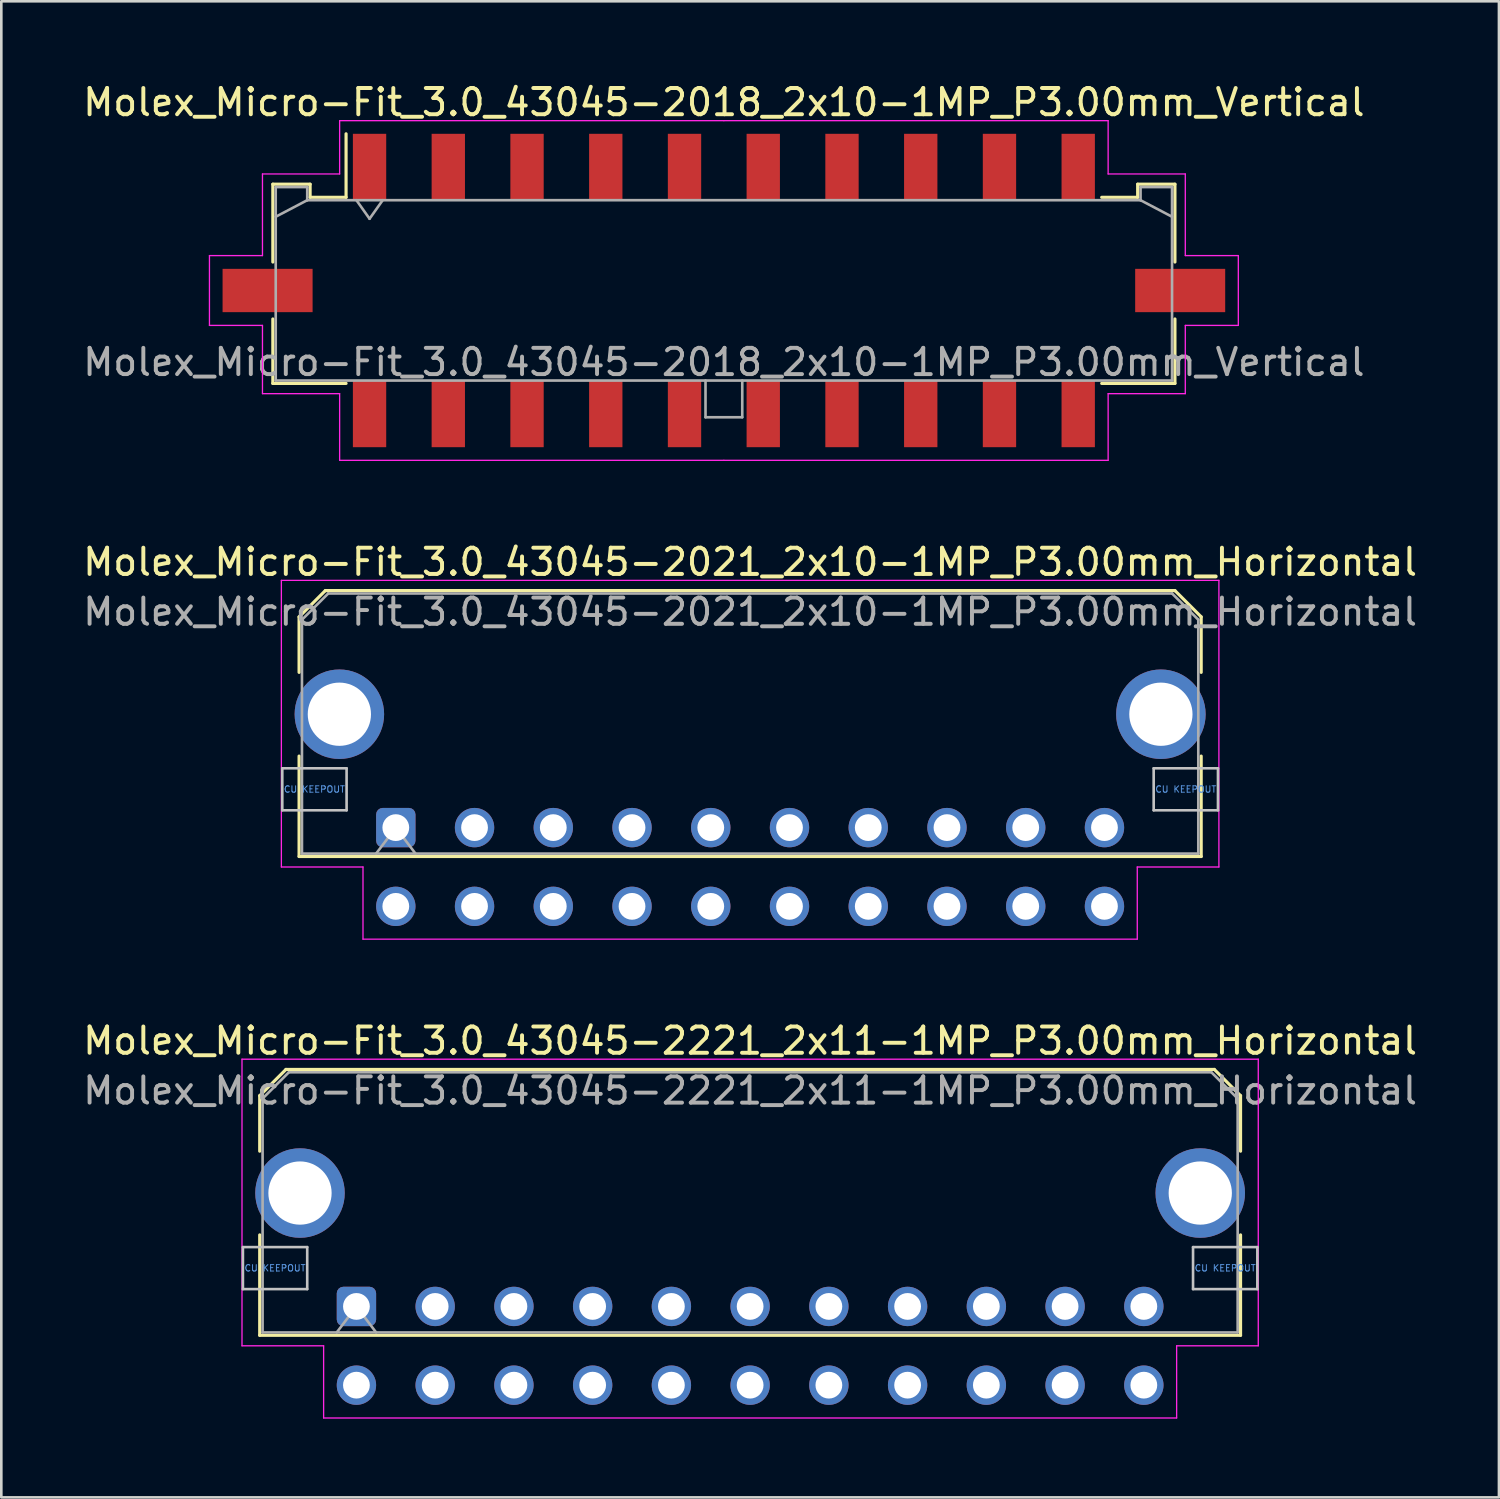
<source format=kicad_pcb>
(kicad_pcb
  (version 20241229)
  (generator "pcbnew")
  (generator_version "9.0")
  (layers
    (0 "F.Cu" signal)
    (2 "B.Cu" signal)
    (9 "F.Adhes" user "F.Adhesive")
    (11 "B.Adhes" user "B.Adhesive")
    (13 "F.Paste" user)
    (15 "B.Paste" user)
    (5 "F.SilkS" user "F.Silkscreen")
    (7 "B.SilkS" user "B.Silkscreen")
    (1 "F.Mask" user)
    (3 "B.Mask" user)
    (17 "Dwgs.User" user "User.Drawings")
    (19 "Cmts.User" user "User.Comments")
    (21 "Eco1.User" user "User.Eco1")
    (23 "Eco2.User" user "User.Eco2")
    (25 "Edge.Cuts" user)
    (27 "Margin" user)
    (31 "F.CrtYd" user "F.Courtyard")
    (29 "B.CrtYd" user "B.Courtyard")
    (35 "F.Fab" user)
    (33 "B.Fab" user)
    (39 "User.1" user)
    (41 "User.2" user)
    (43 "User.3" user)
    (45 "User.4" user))
  (footprint "Molex_Micro-Fit_3.0_43045-2018_2x10-1MP_P3.00mm_Vertical"
    (layer "F.Cu")
    (at 24.53 8.018)
    (property "Reference" "Molex_Micro-Fit_3.0_43045-2018_2x10-1MP_P3.00mm_Vertical" (at 0 -7.17 0) (layer "F.SilkS") (effects (font (size 1 1) (thickness 0.15))))
    (attr smd)
    (fp_line (start -17.185 -4.05) (end -15.765 -4.05) (stroke (width 0.12) (type solid)) (layer "F.SilkS"))
    (fp_line (start -17.185 -1.085) (end -17.185 -4.05) (stroke (width 0.12) (type solid)) (layer "F.SilkS"))
    (fp_line (start -17.185 1.085) (end -17.185 3.54) (stroke (width 0.12) (type solid)) (layer "F.SilkS"))
    (fp_line (start -17.185 3.54) (end -14.395 3.54) (stroke (width 0.12) (type solid)) (layer "F.SilkS"))
    (fp_line (start -15.765 -4.05) (end -15.765 -3.55) (stroke (width 0.12) (type solid)) (layer "F.SilkS"))
    (fp_line (start -15.765 -3.55) (end -14.395 -3.55) (stroke (width 0.12) (type solid)) (layer "F.SilkS"))
    (fp_line (start -14.395 -3.55) (end -14.395 -5.97) (stroke (width 0.12) (type solid)) (layer "F.SilkS"))
    (fp_line (start 15.765 -4.05) (end 15.765 -3.55) (stroke (width 0.12) (type solid)) (layer "F.SilkS"))
    (fp_line (start 15.765 -3.55) (end 14.395 -3.55) (stroke (width 0.12) (type solid)) (layer "F.SilkS"))
    (fp_line (start 17.185 -4.05) (end 15.765 -4.05) (stroke (width 0.12) (type solid)) (layer "F.SilkS"))
    (fp_line (start 17.185 -1.085) (end 17.185 -4.05) (stroke (width 0.12) (type solid)) (layer "F.SilkS"))
    (fp_line (start 17.185 1.085) (end 17.185 3.54) (stroke (width 0.12) (type solid)) (layer "F.SilkS"))
    (fp_line (start 17.185 3.54) (end 14.395 3.54) (stroke (width 0.12) (type solid)) (layer "F.SilkS"))
    (fp_line (start -19.6 -1.33) (end -19.6 1.33) (stroke (width 0.05) (type solid)) (layer "F.CrtYd"))
    (fp_line (start -19.6 1.33) (end -17.58 1.33) (stroke (width 0.05) (type solid)) (layer "F.CrtYd"))
    (fp_line (start -17.58 -4.44) (end -17.58 -1.33) (stroke (width 0.05) (type solid)) (layer "F.CrtYd"))
    (fp_line (start -17.58 -1.33) (end -19.6 -1.33) (stroke (width 0.05) (type solid)) (layer "F.CrtYd"))
    (fp_line (start -17.58 1.33) (end -17.58 3.93) (stroke (width 0.05) (type solid)) (layer "F.CrtYd"))
    (fp_line (start -17.58 3.93) (end -14.64 3.93) (stroke (width 0.05) (type solid)) (layer "F.CrtYd"))
    (fp_line (start -14.64 -6.47) (end -14.64 -4.44) (stroke (width 0.05) (type solid)) (layer "F.CrtYd"))
    (fp_line (start -14.64 -4.44) (end -17.58 -4.44) (stroke (width 0.05) (type solid)) (layer "F.CrtYd"))
    (fp_line (start -14.64 3.93) (end -14.64 6.47) (stroke (width 0.05) (type solid)) (layer "F.CrtYd"))
    (fp_line (start -14.64 6.47) (end 0 6.47) (stroke (width 0.05) (type solid)) (layer "F.CrtYd"))
    (fp_line (start 0 -6.47) (end -14.64 -6.47) (stroke (width 0.05) (type solid)) (layer "F.CrtYd"))
    (fp_line (start 0 -6.47) (end 14.64 -6.47) (stroke (width 0.05) (type solid)) (layer "F.CrtYd"))
    (fp_line (start 14.64 -6.47) (end 14.64 -4.44) (stroke (width 0.05) (type solid)) (layer "F.CrtYd"))
    (fp_line (start 14.64 -4.44) (end 17.58 -4.44) (stroke (width 0.05) (type solid)) (layer "F.CrtYd"))
    (fp_line (start 14.64 3.93) (end 14.64 6.47) (stroke (width 0.05) (type solid)) (layer "F.CrtYd"))
    (fp_line (start 14.64 6.47) (end 0 6.47) (stroke (width 0.05) (type solid)) (layer "F.CrtYd"))
    (fp_line (start 17.58 -4.44) (end 17.58 -1.33) (stroke (width 0.05) (type solid)) (layer "F.CrtYd"))
    (fp_line (start 17.58 -1.33) (end 19.6 -1.33) (stroke (width 0.05) (type solid)) (layer "F.CrtYd"))
    (fp_line (start 17.58 1.33) (end 17.58 3.93) (stroke (width 0.05) (type solid)) (layer "F.CrtYd"))
    (fp_line (start 17.58 3.93) (end 14.64 3.93) (stroke (width 0.05) (type solid)) (layer "F.CrtYd"))
    (fp_line (start 19.6 -1.33) (end 19.6 1.33) (stroke (width 0.05) (type solid)) (layer "F.CrtYd"))
    (fp_line (start 19.6 1.33) (end 17.58 1.33) (stroke (width 0.05) (type solid)) (layer "F.CrtYd"))
    (fp_line (start -17.075 -3.94) (end -17.075 3.43) (stroke (width 0.1) (type solid)) (layer "F.Fab"))
    (fp_line (start -17.075 -2.81) (end -15.875 -3.44) (stroke (width 0.1) (type solid)) (layer "F.Fab"))
    (fp_line (start -17.075 3.43) (end 17.075 3.43) (stroke (width 0.1) (type solid)) (layer "F.Fab"))
    (fp_line (start -15.875 -3.94) (end -17.075 -3.94) (stroke (width 0.1) (type solid)) (layer "F.Fab"))
    (fp_line (start -15.875 -3.44) (end -15.875 -3.94) (stroke (width 0.1) (type solid)) (layer "F.Fab"))
    (fp_line (start -14 -3.44) (end -13.5 -2.733) (stroke (width 0.1) (type solid)) (layer "F.Fab"))
    (fp_line (start -13.5 -2.733) (end -13 -3.44) (stroke (width 0.1) (type solid)) (layer "F.Fab"))
    (fp_line (start -0.7 3.43) (end -0.7 4.83) (stroke (width 0.1) (type solid)) (layer "F.Fab"))
    (fp_line (start -0.7 4.83) (end 0.7 4.83) (stroke (width 0.1) (type solid)) (layer "F.Fab"))
    (fp_line (start 0.7 4.83) (end 0.7 3.43) (stroke (width 0.1) (type solid)) (layer "F.Fab"))
    (fp_line (start 15.875 -3.94) (end 15.875 -3.44) (stroke (width 0.1) (type solid)) (layer "F.Fab"))
    (fp_line (start 15.875 -3.44) (end -15.875 -3.44) (stroke (width 0.1) (type solid)) (layer "F.Fab"))
    (fp_line (start 17.075 -3.94) (end 15.875 -3.94) (stroke (width 0.1) (type solid)) (layer "F.Fab"))
    (fp_line (start 17.075 -2.81) (end 15.875 -3.44) (stroke (width 0.1) (type solid)) (layer "F.Fab"))
    (fp_line (start 17.075 3.43) (end 17.075 -3.94) (stroke (width 0.1) (type solid)) (layer "F.Fab"))
    (fp_text user "${REFERENCE}" (at 0 2.73 0) (layer "F.Fab") (effects (font (size 1 1) (thickness 0.15))))
    (pad "1" smd rect (at -13.5 -4.7) (size 1.27 2.54) (layers "F.Cu" "F.Mask" "F.Paste"))
    (pad "2" smd rect (at -10.5 -4.7) (size 1.27 2.54) (layers "F.Cu" "F.Mask" "F.Paste"))
    (pad "3" smd rect (at -7.5 -4.7) (size 1.27 2.54) (layers "F.Cu" "F.Mask" "F.Paste"))
    (pad "4" smd rect (at -4.5 -4.7) (size 1.27 2.54) (layers "F.Cu" "F.Mask" "F.Paste"))
    (pad "5" smd rect (at -1.5 -4.7) (size 1.27 2.54) (layers "F.Cu" "F.Mask" "F.Paste"))
    (pad "6" smd rect (at 1.5 -4.7) (size 1.27 2.54) (layers "F.Cu" "F.Mask" "F.Paste"))
    (pad "7" smd rect (at 4.5 -4.7) (size 1.27 2.54) (layers "F.Cu" "F.Mask" "F.Paste"))
    (pad "8" smd rect (at 7.5 -4.7) (size 1.27 2.54) (layers "F.Cu" "F.Mask" "F.Paste"))
    (pad "9" smd rect (at 10.5 -4.7) (size 1.27 2.54) (layers "F.Cu" "F.Mask" "F.Paste"))
    (pad "10" smd rect (at 13.5 -4.7) (size 1.27 2.54) (layers "F.Cu" "F.Mask" "F.Paste"))
    (pad "11" smd rect (at -13.5 4.7) (size 1.27 2.54) (layers "F.Cu" "F.Mask" "F.Paste"))
    (pad "12" smd rect (at -10.5 4.7) (size 1.27 2.54) (layers "F.Cu" "F.Mask" "F.Paste"))
    (pad "13" smd rect (at -7.5 4.7) (size 1.27 2.54) (layers "F.Cu" "F.Mask" "F.Paste"))
    (pad "14" smd rect (at -4.5 4.7) (size 1.27 2.54) (layers "F.Cu" "F.Mask" "F.Paste"))
    (pad "15" smd rect (at -1.5 4.7) (size 1.27 2.54) (layers "F.Cu" "F.Mask" "F.Paste"))
    (pad "16" smd rect (at 1.5 4.7) (size 1.27 2.54) (layers "F.Cu" "F.Mask" "F.Paste"))
    (pad "17" smd rect (at 4.5 4.7) (size 1.27 2.54) (layers "F.Cu" "F.Mask" "F.Paste"))
    (pad "18" smd rect (at 7.5 4.7) (size 1.27 2.54) (layers "F.Cu" "F.Mask" "F.Paste"))
    (pad "19" smd rect (at 10.5 4.7) (size 1.27 2.54) (layers "F.Cu" "F.Mask" "F.Paste"))
    (pad "20" smd rect (at 13.5 4.7) (size 1.27 2.54) (layers "F.Cu" "F.Mask" "F.Paste"))
    (pad "MP" smd rect (at -17.385 0) (size 3.43 1.65) (layers "F.Cu" "F.Mask" "F.Paste"))
    (pad "MP" smd rect (at 17.385 0) (size 3.43 1.65) (layers "F.Cu" "F.Mask" "F.Paste")))
  (footprint "Molex_Micro-Fit_3.0_43045-2021_2x10-1MP_P3.00mm_Horizontal"
    (layer "F.Cu")
    (at 12.03 28.482)
    (property "Reference" "Molex_Micro-Fit_3.0_43045-2021_2x10-1MP_P3.00mm_Horizontal" (at 13.5 -10.12 0) (layer "F.SilkS") (effects (font (size 1 1) (thickness 0.15))))
    (attr through_hole)
    (fp_line (start -3.685 -8.03) (end -2.685 -9.03) (stroke (width 0.12) (type solid)) (layer "F.SilkS"))
    (fp_line (start -3.685 -5.915) (end -3.685 -8.03) (stroke (width 0.12) (type solid)) (layer "F.SilkS"))
    (fp_line (start -3.685 -2.725) (end -3.685 1.1) (stroke (width 0.12) (type solid)) (layer "F.SilkS"))
    (fp_line (start -3.685 1.1) (end 30.685 1.1) (stroke (width 0.12) (type solid)) (layer "F.SilkS"))
    (fp_line (start -2.685 -9.03) (end 29.685 -9.03) (stroke (width 0.12) (type solid)) (layer "F.SilkS"))
    (fp_line (start 29.685 -9.03) (end 30.685 -8.03) (stroke (width 0.12) (type solid)) (layer "F.SilkS"))
    (fp_line (start 30.685 -8.03) (end 30.685 -5.915) (stroke (width 0.12) (type solid)) (layer "F.SilkS"))
    (fp_line (start 30.685 1.1) (end 30.685 -2.725) (stroke (width 0.12) (type solid)) (layer "F.SilkS"))
    (fp_line (start -4.325 -2.26) (end -4.325 -0.66) (stroke (width 0.1) (type solid)) (layer "Dwgs.User"))
    (fp_line (start -4.325 -0.66) (end -1.875 -0.66) (stroke (width 0.1) (type solid)) (layer "Dwgs.User"))
    (fp_line (start -1.875 -2.26) (end -4.325 -2.26) (stroke (width 0.1) (type solid)) (layer "Dwgs.User"))
    (fp_line (start -1.875 -0.66) (end -1.875 -2.26) (stroke (width 0.1) (type solid)) (layer "Dwgs.User"))
    (fp_line (start 28.875 -2.26) (end 28.875 -0.66) (stroke (width 0.1) (type solid)) (layer "Dwgs.User"))
    (fp_line (start 28.875 -0.66) (end 31.325 -0.66) (stroke (width 0.1) (type solid)) (layer "Dwgs.User"))
    (fp_line (start 31.325 -2.26) (end 28.875 -2.26) (stroke (width 0.1) (type solid)) (layer "Dwgs.User"))
    (fp_line (start 31.325 -0.66) (end 31.325 -2.26) (stroke (width 0.1) (type solid)) (layer "Dwgs.User"))
    (fp_line (start -4.36 -9.42) (end 31.36 -9.42) (stroke (width 0.05) (type solid)) (layer "F.CrtYd"))
    (fp_line (start -4.36 1.5) (end -4.36 -9.42) (stroke (width 0.05) (type solid)) (layer "F.CrtYd"))
    (fp_line (start -1.25 1.5) (end -4.36 1.5) (stroke (width 0.05) (type solid)) (layer "F.CrtYd"))
    (fp_line (start -1.25 4.25) (end -1.25 1.5) (stroke (width 0.05) (type solid)) (layer "F.CrtYd"))
    (fp_line (start 28.25 1.5) (end 28.25 4.25) (stroke (width 0.05) (type solid)) (layer "F.CrtYd"))
    (fp_line (start 28.25 4.25) (end -1.25 4.25) (stroke (width 0.05) (type solid)) (layer "F.CrtYd"))
    (fp_line (start 31.36 -9.42) (end 31.36 1.5) (stroke (width 0.05) (type solid)) (layer "F.CrtYd"))
    (fp_line (start 31.36 1.5) (end 28.25 1.5) (stroke (width 0.05) (type solid)) (layer "F.CrtYd"))
    (fp_line (start -3.575 -7.92) (end -2.575 -8.92) (stroke (width 0.1) (type solid)) (layer "F.Fab"))
    (fp_line (start -3.575 0.99) (end -3.575 -7.92) (stroke (width 0.1) (type solid)) (layer "F.Fab"))
    (fp_line (start -2.575 -8.92) (end 29.575 -8.92) (stroke (width 0.1) (type solid)) (layer "F.Fab"))
    (fp_line (start -0.75 0.99) (end 0 0) (stroke (width 0.1) (type solid)) (layer "F.Fab"))
    (fp_line (start 0 0) (end 0.75 0.99) (stroke (width 0.1) (type solid)) (layer "F.Fab"))
    (fp_line (start 29.575 -8.92) (end 30.575 -7.92) (stroke (width 0.1) (type solid)) (layer "F.Fab"))
    (fp_line (start 30.575 -7.92) (end 30.575 0.99) (stroke (width 0.1) (type solid)) (layer "F.Fab"))
    (fp_line (start 30.575 0.99) (end -3.575 0.99) (stroke (width 0.1) (type solid)) (layer "F.Fab"))
    (fp_text user "CU KEEPOUT" (at -3.1 -1.46 0) (layer "Cmts.User") (effects (font (size 0.245 0.245) (thickness 0.037))))
    (fp_text user "CU KEEPOUT" (at 30.1 -1.46 0) (layer "Cmts.User") (effects (font (size 0.245 0.245) (thickness 0.037))))
    (fp_text user "${REFERENCE}" (at 13.5 -8.22 0) (layer "F.Fab") (effects (font (size 1 1) (thickness 0.15))))
    (pad "1" thru_hole roundrect (at 0 0) (size 1.5 1.5) (drill 1.02) (layers "*.Cu" "*.Mask") (roundrect_rratio 0.167))
    (pad "2" thru_hole circle (at 3 0) (size 1.5 1.5) (drill 1.02) (layers "*.Cu" "*.Mask"))
    (pad "3" thru_hole circle (at 6 0) (size 1.5 1.5) (drill 1.02) (layers "*.Cu" "*.Mask"))
    (pad "4" thru_hole circle (at 9 0) (size 1.5 1.5) (drill 1.02) (layers "*.Cu" "*.Mask"))
    (pad "5" thru_hole circle (at 12 0) (size 1.5 1.5) (drill 1.02) (layers "*.Cu" "*.Mask"))
    (pad "6" thru_hole circle (at 15 0) (size 1.5 1.5) (drill 1.02) (layers "*.Cu" "*.Mask"))
    (pad "7" thru_hole circle (at 18 0) (size 1.5 1.5) (drill 1.02) (layers "*.Cu" "*.Mask"))
    (pad "8" thru_hole circle (at 21 0) (size 1.5 1.5) (drill 1.02) (layers "*.Cu" "*.Mask"))
    (pad "9" thru_hole circle (at 24 0) (size 1.5 1.5) (drill 1.02) (layers "*.Cu" "*.Mask"))
    (pad "10" thru_hole circle (at 27 0) (size 1.5 1.5) (drill 1.02) (layers "*.Cu" "*.Mask"))
    (pad "11" thru_hole circle (at 0 3) (size 1.5 1.5) (drill 1.02) (layers "*.Cu" "*.Mask"))
    (pad "12" thru_hole circle (at 3 3) (size 1.5 1.5) (drill 1.02) (layers "*.Cu" "*.Mask"))
    (pad "13" thru_hole circle (at 6 3) (size 1.5 1.5) (drill 1.02) (layers "*.Cu" "*.Mask"))
    (pad "14" thru_hole circle (at 9 3) (size 1.5 1.5) (drill 1.02) (layers "*.Cu" "*.Mask"))
    (pad "15" thru_hole circle (at 12 3) (size 1.5 1.5) (drill 1.02) (layers "*.Cu" "*.Mask"))
    (pad "16" thru_hole circle (at 15 3) (size 1.5 1.5) (drill 1.02) (layers "*.Cu" "*.Mask"))
    (pad "17" thru_hole circle (at 18 3) (size 1.5 1.5) (drill 1.02) (layers "*.Cu" "*.Mask"))
    (pad "18" thru_hole circle (at 21 3) (size 1.5 1.5) (drill 1.02) (layers "*.Cu" "*.Mask"))
    (pad "19" thru_hole circle (at 24 3) (size 1.5 1.5) (drill 1.02) (layers "*.Cu" "*.Mask"))
    (pad "20" thru_hole circle (at 27 3) (size 1.5 1.5) (drill 1.02) (layers "*.Cu" "*.Mask"))
    (pad "MP" thru_hole circle (at -2.15 -4.32) (size 3.41 3.41) (drill 2.41) (layers "*.Cu" "*.Mask"))
    (pad "MP" thru_hole circle (at 29.15 -4.32) (size 3.41 3.41) (drill 2.41) (layers "*.Cu" "*.Mask")))
  (footprint "Molex_Micro-Fit_3.0_43045-2221_2x11-1MP_P3.00mm_Horizontal"
    (layer "F.Cu")
    (at 10.53 46.725)
    (property "Reference" "Molex_Micro-Fit_3.0_43045-2221_2x11-1MP_P3.00mm_Horizontal" (at 15 -10.12 0) (layer "F.SilkS") (effects (font (size 1 1) (thickness 0.15))))
    (attr through_hole)
    (fp_line (start -3.685 -8.03) (end -2.685 -9.03) (stroke (width 0.12) (type solid)) (layer "F.SilkS"))
    (fp_line (start -3.685 -5.915) (end -3.685 -8.03) (stroke (width 0.12) (type solid)) (layer "F.SilkS"))
    (fp_line (start -3.685 -2.725) (end -3.685 1.1) (stroke (width 0.12) (type solid)) (layer "F.SilkS"))
    (fp_line (start -3.685 1.1) (end 33.685 1.1) (stroke (width 0.12) (type solid)) (layer "F.SilkS"))
    (fp_line (start -2.685 -9.03) (end 32.685 -9.03) (stroke (width 0.12) (type solid)) (layer "F.SilkS"))
    (fp_line (start 32.685 -9.03) (end 33.685 -8.03) (stroke (width 0.12) (type solid)) (layer "F.SilkS"))
    (fp_line (start 33.685 -8.03) (end 33.685 -5.915) (stroke (width 0.12) (type solid)) (layer "F.SilkS"))
    (fp_line (start 33.685 1.1) (end 33.685 -2.725) (stroke (width 0.12) (type solid)) (layer "F.SilkS"))
    (fp_line (start -4.325 -2.26) (end -4.325 -0.66) (stroke (width 0.1) (type solid)) (layer "Dwgs.User"))
    (fp_line (start -4.325 -0.66) (end -1.875 -0.66) (stroke (width 0.1) (type solid)) (layer "Dwgs.User"))
    (fp_line (start -1.875 -2.26) (end -4.325 -2.26) (stroke (width 0.1) (type solid)) (layer "Dwgs.User"))
    (fp_line (start -1.875 -0.66) (end -1.875 -2.26) (stroke (width 0.1) (type solid)) (layer "Dwgs.User"))
    (fp_line (start 31.875 -2.26) (end 31.875 -0.66) (stroke (width 0.1) (type solid)) (layer "Dwgs.User"))
    (fp_line (start 31.875 -0.66) (end 34.325 -0.66) (stroke (width 0.1) (type solid)) (layer "Dwgs.User"))
    (fp_line (start 34.325 -2.26) (end 31.875 -2.26) (stroke (width 0.1) (type solid)) (layer "Dwgs.User"))
    (fp_line (start 34.325 -0.66) (end 34.325 -2.26) (stroke (width 0.1) (type solid)) (layer "Dwgs.User"))
    (fp_line (start -4.36 -9.42) (end 34.36 -9.42) (stroke (width 0.05) (type solid)) (layer "F.CrtYd"))
    (fp_line (start -4.36 1.5) (end -4.36 -9.42) (stroke (width 0.05) (type solid)) (layer "F.CrtYd"))
    (fp_line (start -1.25 1.5) (end -4.36 1.5) (stroke (width 0.05) (type solid)) (layer "F.CrtYd"))
    (fp_line (start -1.25 4.25) (end -1.25 1.5) (stroke (width 0.05) (type solid)) (layer "F.CrtYd"))
    (fp_line (start 31.25 1.5) (end 31.25 4.25) (stroke (width 0.05) (type solid)) (layer "F.CrtYd"))
    (fp_line (start 31.25 4.25) (end -1.25 4.25) (stroke (width 0.05) (type solid)) (layer "F.CrtYd"))
    (fp_line (start 34.36 -9.42) (end 34.36 1.5) (stroke (width 0.05) (type solid)) (layer "F.CrtYd"))
    (fp_line (start 34.36 1.5) (end 31.25 1.5) (stroke (width 0.05) (type solid)) (layer "F.CrtYd"))
    (fp_line (start -3.575 -7.92) (end -2.575 -8.92) (stroke (width 0.1) (type solid)) (layer "F.Fab"))
    (fp_line (start -3.575 0.99) (end -3.575 -7.92) (stroke (width 0.1) (type solid)) (layer "F.Fab"))
    (fp_line (start -2.575 -8.92) (end 32.575 -8.92) (stroke (width 0.1) (type solid)) (layer "F.Fab"))
    (fp_line (start -0.75 0.99) (end 0 0) (stroke (width 0.1) (type solid)) (layer "F.Fab"))
    (fp_line (start 0 0) (end 0.75 0.99) (stroke (width 0.1) (type solid)) (layer "F.Fab"))
    (fp_line (start 32.575 -8.92) (end 33.575 -7.92) (stroke (width 0.1) (type solid)) (layer "F.Fab"))
    (fp_line (start 33.575 -7.92) (end 33.575 0.99) (stroke (width 0.1) (type solid)) (layer "F.Fab"))
    (fp_line (start 33.575 0.99) (end -3.575 0.99) (stroke (width 0.1) (type solid)) (layer "F.Fab"))
    (fp_text user "CU KEEPOUT" (at -3.1 -1.46 0) (layer "Cmts.User") (effects (font (size 0.245 0.245) (thickness 0.037))))
    (fp_text user "CU KEEPOUT" (at 33.1 -1.46 0) (layer "Cmts.User") (effects (font (size 0.245 0.245) (thickness 0.037))))
    (fp_text user "${REFERENCE}" (at 15 -8.22 0) (layer "F.Fab") (effects (font (size 1 1) (thickness 0.15))))
    (pad "1" thru_hole roundrect (at 0 0) (size 1.5 1.5) (drill 1.02) (layers "*.Cu" "*.Mask") (roundrect_rratio 0.167))
    (pad "2" thru_hole circle (at 3 0) (size 1.5 1.5) (drill 1.02) (layers "*.Cu" "*.Mask"))
    (pad "3" thru_hole circle (at 6 0) (size 1.5 1.5) (drill 1.02) (layers "*.Cu" "*.Mask"))
    (pad "4" thru_hole circle (at 9 0) (size 1.5 1.5) (drill 1.02) (layers "*.Cu" "*.Mask"))
    (pad "5" thru_hole circle (at 12 0) (size 1.5 1.5) (drill 1.02) (layers "*.Cu" "*.Mask"))
    (pad "6" thru_hole circle (at 15 0) (size 1.5 1.5) (drill 1.02) (layers "*.Cu" "*.Mask"))
    (pad "7" thru_hole circle (at 18 0) (size 1.5 1.5) (drill 1.02) (layers "*.Cu" "*.Mask"))
    (pad "8" thru_hole circle (at 21 0) (size 1.5 1.5) (drill 1.02) (layers "*.Cu" "*.Mask"))
    (pad "9" thru_hole circle (at 24 0) (size 1.5 1.5) (drill 1.02) (layers "*.Cu" "*.Mask"))
    (pad "10" thru_hole circle (at 27 0) (size 1.5 1.5) (drill 1.02) (layers "*.Cu" "*.Mask"))
    (pad "11" thru_hole circle (at 30 0) (size 1.5 1.5) (drill 1.02) (layers "*.Cu" "*.Mask"))
    (pad "12" thru_hole circle (at 0 3) (size 1.5 1.5) (drill 1.02) (layers "*.Cu" "*.Mask"))
    (pad "13" thru_hole circle (at 3 3) (size 1.5 1.5) (drill 1.02) (layers "*.Cu" "*.Mask"))
    (pad "14" thru_hole circle (at 6 3) (size 1.5 1.5) (drill 1.02) (layers "*.Cu" "*.Mask"))
    (pad "15" thru_hole circle (at 9 3) (size 1.5 1.5) (drill 1.02) (layers "*.Cu" "*.Mask"))
    (pad "16" thru_hole circle (at 12 3) (size 1.5 1.5) (drill 1.02) (layers "*.Cu" "*.Mask"))
    (pad "17" thru_hole circle (at 15 3) (size 1.5 1.5) (drill 1.02) (layers "*.Cu" "*.Mask"))
    (pad "18" thru_hole circle (at 18 3) (size 1.5 1.5) (drill 1.02) (layers "*.Cu" "*.Mask"))
    (pad "19" thru_hole circle (at 21 3) (size 1.5 1.5) (drill 1.02) (layers "*.Cu" "*.Mask"))
    (pad "20" thru_hole circle (at 24 3) (size 1.5 1.5) (drill 1.02) (layers "*.Cu" "*.Mask"))
    (pad "21" thru_hole circle (at 27 3) (size 1.5 1.5) (drill 1.02) (layers "*.Cu" "*.Mask"))
    (pad "22" thru_hole circle (at 30 3) (size 1.5 1.5) (drill 1.02) (layers "*.Cu" "*.Mask"))
    (pad "MP" thru_hole circle (at -2.15 -4.32) (size 3.41 3.41) (drill 2.41) (layers "*.Cu" "*.Mask"))
    (pad "MP" thru_hole circle (at 32.15 -4.32) (size 3.41 3.41) (drill 2.41) (layers "*.Cu" "*.Mask")))
  (gr_rect
    (start -3 -3)
    (end 54.06 54)
    (stroke (width 0.1) (type default))
    (fill no)
    (layer "Edge.Cuts")))
</source>
